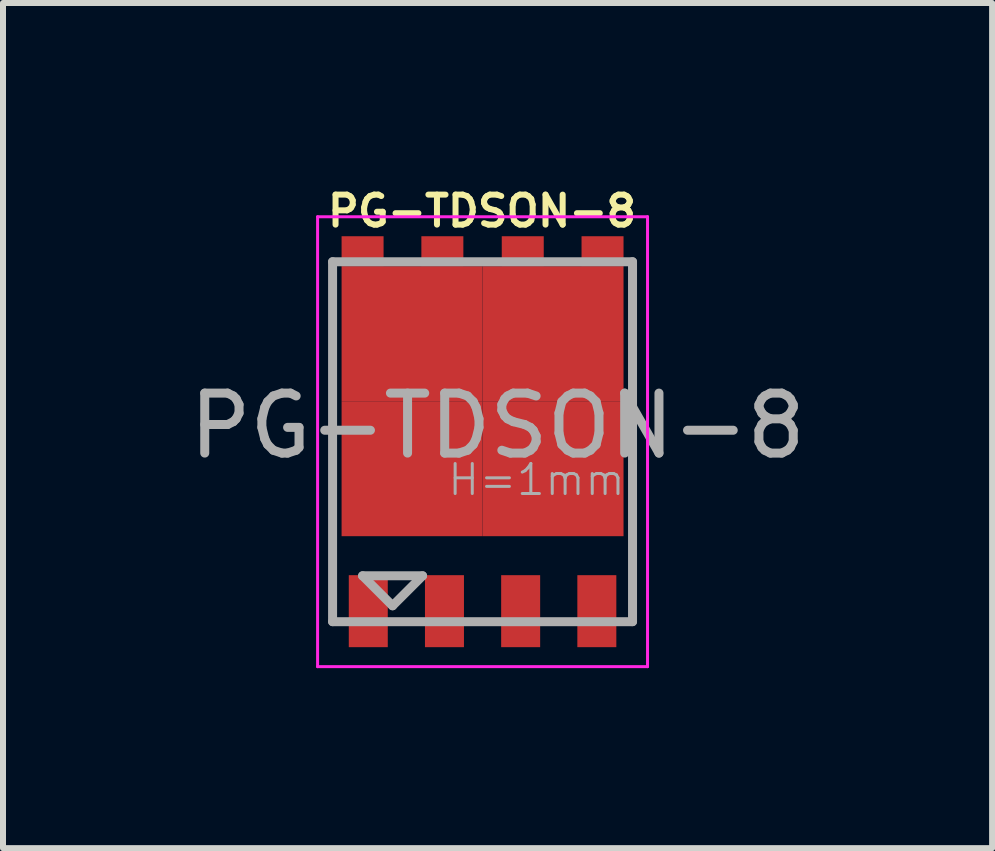
<source format=kicad_pcb>
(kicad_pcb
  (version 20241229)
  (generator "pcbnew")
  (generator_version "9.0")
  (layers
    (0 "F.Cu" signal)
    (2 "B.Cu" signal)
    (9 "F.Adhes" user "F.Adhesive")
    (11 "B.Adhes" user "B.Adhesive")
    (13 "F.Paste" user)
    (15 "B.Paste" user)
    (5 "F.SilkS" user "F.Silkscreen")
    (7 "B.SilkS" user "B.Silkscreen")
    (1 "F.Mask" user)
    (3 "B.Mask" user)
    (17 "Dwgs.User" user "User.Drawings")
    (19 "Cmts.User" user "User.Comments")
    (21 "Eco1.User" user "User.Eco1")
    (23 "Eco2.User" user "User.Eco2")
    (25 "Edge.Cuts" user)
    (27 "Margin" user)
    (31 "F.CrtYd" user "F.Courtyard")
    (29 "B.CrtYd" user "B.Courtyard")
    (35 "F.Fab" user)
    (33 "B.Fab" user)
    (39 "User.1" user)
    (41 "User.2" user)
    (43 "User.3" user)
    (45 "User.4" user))
  (footprint "PG-TDSON-8"
    (layer "F.Cu")
    (at 4.994 4.313)
    (property "Reference" "PG-TDSON-8" (at -0.01 -3.845 0) (layer "F.SilkS") (effects (font (size 0.5 0.5) (thickness 0.1))))
    (attr smd)
    (fp_line (start 1.65 -3.16) (end 1.65 -3.16) (stroke (width 0.15) (type solid)) (layer "F.Mask"))
    (fp_line (start -2.75 3.75) (end -2.75 -3.75) (stroke (width 0.05) (type solid)) (layer "F.CrtYd"))
    (fp_line (start 2.75 -3.75) (end -2.75 -3.75) (stroke (width 0.05) (type solid)) (layer "F.CrtYd"))
    (fp_line (start 2.75 -3.75) (end 2.75 3.75) (stroke (width 0.05) (type solid)) (layer "F.CrtYd"))
    (fp_line (start 2.75 3.75) (end -2.75 3.75) (stroke (width 0.05) (type solid)) (layer "F.CrtYd"))
    (fp_line (start -2.5 -3) (end -2.5 3) (stroke (width 0.15) (type solid)) (layer "F.Fab"))
    (fp_line (start -2.5 3) (end 2.5 3) (stroke (width 0.15) (type solid)) (layer "F.Fab"))
    (fp_line (start -2 2.235) (end -1.5 2.735) (stroke (width 0.15) (type solid)) (layer "F.Fab"))
    (fp_line (start -1.5 2.735) (end -1 2.235) (stroke (width 0.15) (type solid)) (layer "F.Fab"))
    (fp_line (start -1 2.235) (end -2 2.235) (stroke (width 0.15) (type solid)) (layer "F.Fab"))
    (fp_line (start 2.5 -3) (end -2.5 -3) (stroke (width 0.15) (type solid)) (layer "F.Fab"))
    (fp_line (start 2.5 3) (end 2.5 -3) (stroke (width 0.15) (type solid)) (layer "F.Fab"))
    (fp_text user "H=1mm" (at 0.9 0.635 0) (layer "F.Fab") (effects (font (size 0.5 0.5) (thickness 0.05))))
    (fp_text user "${REFERENCE}" (at 0.25 -0.265 0) (layer "F.Fab") (effects (font (size 1 1) (thickness 0.15))))
    (pad "1" smd rect (at -1.905 2.825) (size 0.65 1.2) (layers "F.Cu" "F.Mask" "F.Paste"))
    (pad "1" smd rect (at -0.635 2.825) (size 0.65 1.2) (layers "F.Cu" "F.Mask" "F.Paste"))
    (pad "1" smd rect (at 0.635 2.825) (size 0.65 1.2) (layers "F.Cu" "F.Mask" "F.Paste"))
    (pad "4" smd rect (at 1.905 2.825) (size 0.65 1.2) (layers "F.Cu" "F.Mask" "F.Paste"))
    (pad "5" smd rect (at -2 -3.175) (size 0.7 0.5) (layers "F.Cu" "F.Mask" "F.Paste"))
    (pad "5" smd rect (at -1.175 -1.8) (size 2.35 2.25) (layers "F.Cu" "F.Mask" "F.Paste"))
    (pad "5" smd rect (at -1.175 0.45) (size 2.35 2.25) (layers "F.Cu" "F.Mask" "F.Paste"))
    (pad "5" smd rect (at -0.67 -3.175) (size 0.7 0.5) (layers "F.Cu" "F.Mask" "F.Paste"))
    (pad "5" smd rect (at 0.67 -3.175) (size 0.7 0.5) (layers "F.Cu" "F.Mask" "F.Paste"))
    (pad "5" smd rect (at 1.175 -1.8) (size 2.35 2.25) (layers "F.Cu" "F.Mask" "F.Paste"))
    (pad "5" smd rect (at 1.175 0.45) (size 2.35 2.25) (layers "F.Cu" "F.Mask" "F.Paste"))
    (pad "5" smd rect (at 2 -3.175) (size 0.7 0.5) (layers "F.Cu" "F.Mask" "F.Paste")))
  (gr_rect
    (start -3 -3)
    (end 13.488 11.088)
    (stroke (width 0.1) (type default))
    (fill no)
    (layer "Edge.Cuts")))
</source>
